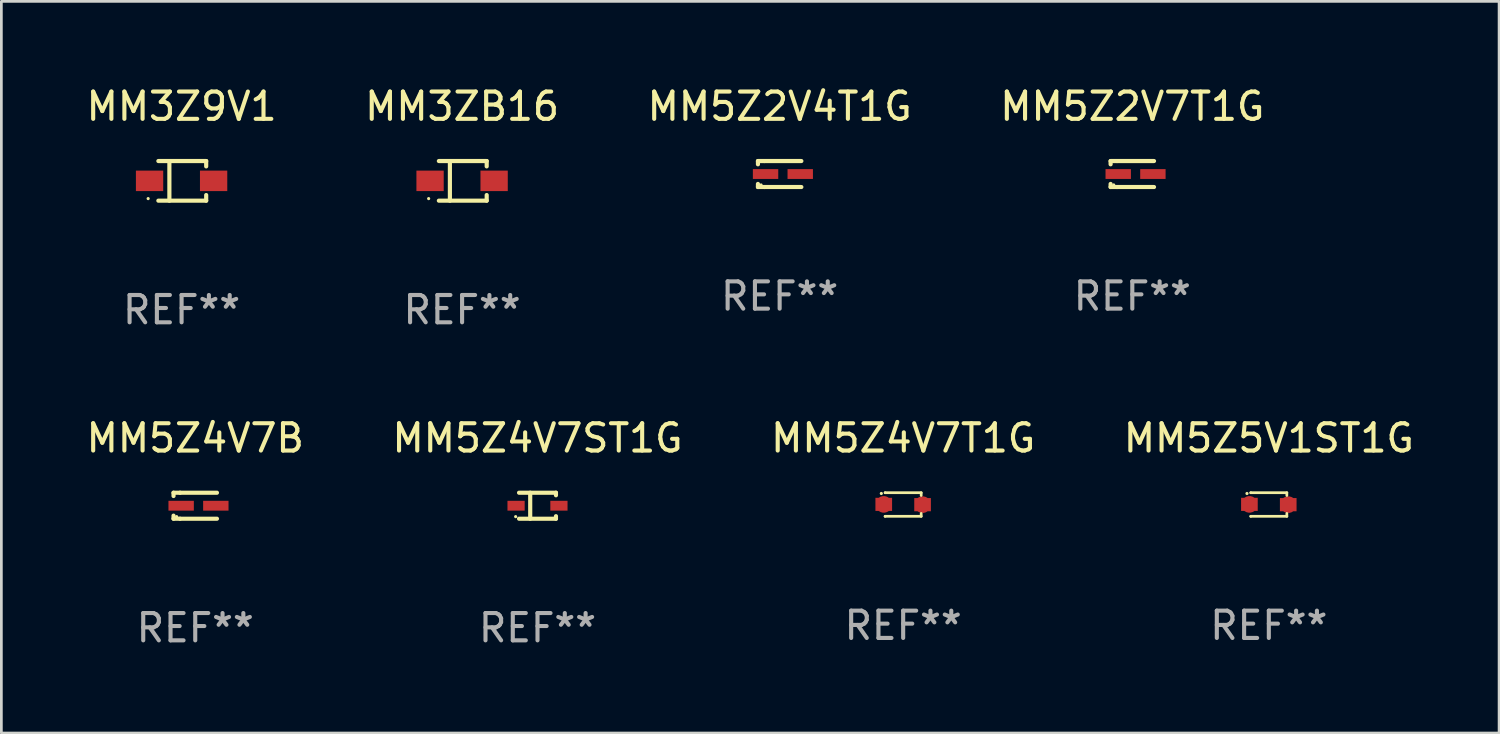
<source format=kicad_pcb>
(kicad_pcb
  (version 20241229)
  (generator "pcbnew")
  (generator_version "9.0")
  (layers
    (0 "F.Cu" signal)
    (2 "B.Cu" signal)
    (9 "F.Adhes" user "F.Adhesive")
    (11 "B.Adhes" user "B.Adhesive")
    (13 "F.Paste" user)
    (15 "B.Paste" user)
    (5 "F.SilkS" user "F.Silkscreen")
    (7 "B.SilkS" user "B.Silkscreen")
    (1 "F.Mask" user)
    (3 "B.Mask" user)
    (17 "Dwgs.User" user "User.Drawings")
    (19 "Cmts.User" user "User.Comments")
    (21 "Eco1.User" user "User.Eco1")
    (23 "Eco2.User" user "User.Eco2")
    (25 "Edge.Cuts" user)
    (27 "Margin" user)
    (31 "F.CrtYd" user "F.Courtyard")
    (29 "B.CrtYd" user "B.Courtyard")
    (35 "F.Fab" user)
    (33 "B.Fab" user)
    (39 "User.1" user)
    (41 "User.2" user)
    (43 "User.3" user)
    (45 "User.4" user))
  (footprint "MM5Z2V4T1G"
    (layer "F.Cu")
    (at 25.506 3.324)
    (property "Reference" "MM5Z2V4T1G" (at 0 -2.476 0) (layer "F.SilkS") (effects (font (size 1 1) (thickness 0.15))))
    (attr through_hole)
    (fp_line (start -0.795 -0.476) (end -0.795 -0.356) (stroke (width 0.152) (type solid)) (layer "F.SilkS"))
    (fp_line (start -0.795 0.363) (end -0.795 0.476) (stroke (width 0.152) (type solid)) (layer "F.SilkS"))
    (fp_line (start -0.795 0.476) (end -0.557 0.476) (stroke (width 0.152) (type solid)) (layer "F.SilkS"))
    (fp_line (start -0.557 -0.476) (end -0.795 -0.476) (stroke (width 0.152) (type solid)) (layer "F.SilkS"))
    (fp_line (start -0.557 -0.476) (end 0.795 -0.476) (stroke (width 0.152) (type solid)) (layer "F.SilkS"))
    (fp_line (start -0.557 0.476) (end 0.795 0.476) (stroke (width 0.152) (type solid)) (layer "F.SilkS"))
    (fp_circle (center -0.681 0.4) (end -0.651 0.4) (stroke (width 0.06) (type solid)) (fill no) (layer "F.SilkS"))
    (fp_text user "REF**" (at 0 4.476 0) (layer "F.Fab") (effects (font (size 1 1) (thickness 0.15))))
    (pad "1" smd rect (at -0.516 0 180) (size 0.93 0.36) (layers "F.Cu" "F.Mask" "F.Paste"))
    (pad "2" smd rect (at 0.754 0 180) (size 0.93 0.36) (layers "F.Cu" "F.Mask" "F.Paste")))
  (footprint "MM5Z2V7T1G"
    (layer "F.Cu")
    (at 38.423 3.324)
    (property "Reference" "MM5Z2V7T1G" (at 0 -2.476 0) (layer "F.SilkS") (effects (font (size 1 1) (thickness 0.15))))
    (attr through_hole)
    (fp_line (start -0.795 -0.476) (end -0.795 -0.356) (stroke (width 0.152) (type solid)) (layer "F.SilkS"))
    (fp_line (start -0.795 0.363) (end -0.795 0.476) (stroke (width 0.152) (type solid)) (layer "F.SilkS"))
    (fp_line (start -0.795 0.476) (end -0.557 0.476) (stroke (width 0.152) (type solid)) (layer "F.SilkS"))
    (fp_line (start -0.557 -0.476) (end -0.795 -0.476) (stroke (width 0.152) (type solid)) (layer "F.SilkS"))
    (fp_line (start -0.557 -0.476) (end 0.795 -0.476) (stroke (width 0.152) (type solid)) (layer "F.SilkS"))
    (fp_line (start -0.557 0.476) (end 0.795 0.476) (stroke (width 0.152) (type solid)) (layer "F.SilkS"))
    (fp_circle (center -0.681 0.4) (end -0.651 0.4) (stroke (width 0.06) (type solid)) (fill no) (layer "F.SilkS"))
    (fp_text user "REF**" (at 0 4.476 0) (layer "F.Fab") (effects (font (size 1 1) (thickness 0.15))))
    (pad "1" smd rect (at -0.516 0 180) (size 0.93 0.36) (layers "F.Cu" "F.Mask" "F.Paste"))
    (pad "2" smd rect (at 0.754 0 180) (size 0.93 0.36) (layers "F.Cu" "F.Mask" "F.Paste")))
  (footprint "MM5Z4V7B"
    (layer "F.Cu")
    (at 4.101 15.473)
    (property "Reference" "MM5Z4V7B" (at 0 -2.476 0) (layer "F.SilkS") (effects (font (size 1 1) (thickness 0.15))))
    (attr through_hole)
    (fp_line (start -0.795 -0.476) (end -0.795 -0.356) (stroke (width 0.152) (type solid)) (layer "F.SilkS"))
    (fp_line (start -0.795 0.363) (end -0.795 0.476) (stroke (width 0.152) (type solid)) (layer "F.SilkS"))
    (fp_line (start -0.795 0.476) (end -0.557 0.476) (stroke (width 0.152) (type solid)) (layer "F.SilkS"))
    (fp_line (start -0.557 -0.476) (end -0.795 -0.476) (stroke (width 0.152) (type solid)) (layer "F.SilkS"))
    (fp_line (start -0.557 -0.476) (end 0.795 -0.476) (stroke (width 0.152) (type solid)) (layer "F.SilkS"))
    (fp_line (start -0.557 0.476) (end 0.795 0.476) (stroke (width 0.152) (type solid)) (layer "F.SilkS"))
    (fp_circle (center -0.681 0.4) (end -0.651 0.4) (stroke (width 0.06) (type solid)) (fill no) (layer "F.SilkS"))
    (fp_text user "REF**" (at 0 4.476 0) (layer "F.Fab") (effects (font (size 1 1) (thickness 0.15))))
    (pad "1" smd rect (at -0.516 0 180) (size 0.93 0.36) (layers "F.Cu" "F.Mask" "F.Paste"))
    (pad "2" smd rect (at 0.754 0 180) (size 0.93 0.36) (layers "F.Cu" "F.Mask" "F.Paste")))
  (footprint "MM3ZB16"
    (layer "F.Cu")
    (at 13.875 3.574)
    (property "Reference" "MM3ZB16" (at 0 -2.726 0) (layer "F.SilkS") (effects (font (size 1 1) (thickness 0.15))))
    (attr through_hole)
    (fp_line (start -0.851 -0.726) (end 0.901 -0.726) (stroke (width 0.152) (type solid)) (layer "F.SilkS"))
    (fp_line (start -0.851 0.726) (end 0.901 0.726) (stroke (width 0.152) (type solid)) (layer "F.SilkS"))
    (fp_line (start -0.447 -0.726) (end -0.447 0.726) (stroke (width 0.152) (type solid)) (layer "F.SilkS"))
    (fp_line (start 0.901 -0.726) (end 0.901 -0.53) (stroke (width 0.152) (type solid)) (layer "F.SilkS"))
    (fp_line (start 0.901 0.726) (end 0.901 0.52) (stroke (width 0.152) (type solid)) (layer "F.SilkS"))
    (fp_circle (center -1.225 0.65) (end -1.195 0.65) (stroke (width 0.06) (type solid)) (fill no) (layer "F.SilkS"))
    (fp_text user "REF**" (at 0 4.726 0) (layer "F.Fab") (effects (font (size 1 1) (thickness 0.15))))
    (pad "1" smd rect (at -1.173 0) (size 1 0.75) (layers "F.Cu" "F.Mask" "F.Paste"))
    (pad "2" smd rect (at 1.173 0) (size 1 0.75) (layers "F.Cu" "F.Mask" "F.Paste")))
  (footprint "MM3Z9V1"
    (layer "F.Cu")
    (at 3.601 3.574)
    (property "Reference" "MM3Z9V1" (at 0 -2.726 0) (layer "F.SilkS") (effects (font (size 1 1) (thickness 0.15))))
    (attr through_hole)
    (fp_line (start -0.851 -0.726) (end 0.901 -0.726) (stroke (width 0.152) (type solid)) (layer "F.SilkS"))
    (fp_line (start -0.851 0.726) (end 0.901 0.726) (stroke (width 0.152) (type solid)) (layer "F.SilkS"))
    (fp_line (start -0.447 -0.726) (end -0.447 0.726) (stroke (width 0.152) (type solid)) (layer "F.SilkS"))
    (fp_line (start 0.901 -0.726) (end 0.901 -0.53) (stroke (width 0.152) (type solid)) (layer "F.SilkS"))
    (fp_line (start 0.901 0.726) (end 0.901 0.52) (stroke (width 0.152) (type solid)) (layer "F.SilkS"))
    (fp_circle (center -1.225 0.65) (end -1.195 0.65) (stroke (width 0.06) (type solid)) (fill no) (layer "F.SilkS"))
    (fp_text user "REF**" (at 0 4.726 0) (layer "F.Fab") (effects (font (size 1 1) (thickness 0.15))))
    (pad "1" smd rect (at -1.173 0) (size 1 0.75) (layers "F.Cu" "F.Mask" "F.Paste"))
    (pad "2" smd rect (at 1.173 0) (size 1 0.75) (layers "F.Cu" "F.Mask" "F.Paste")))
  (footprint "MM5Z5V1ST1G"
    (layer "F.Cu")
    (at 43.423 15.429)
    (property "Reference" "MM5Z5V1ST1G" (at 0 -2.432 0) (layer "F.SilkS") (effects (font (size 1 1) (thickness 0.15))))
    (attr through_hole)
    (fp_line (start -0.661 0.432) (end -0.661 0.432) (stroke (width 0.1) (type solid)) (layer "F.SilkS"))
    (fp_line (start -0.661 -0.432) (end -0.661 -0.432) (stroke (width 0.1) (type solid)) (layer "F.SilkS"))
    (fp_line (start -0.661 -0.432) (end 0.66 -0.432) (stroke (width 0.1) (type solid)) (layer "F.SilkS"))
    (fp_line (start 0.66 0.326) (end 0.66 0.432) (stroke (width 0.1) (type solid)) (layer "F.SilkS"))
    (fp_line (start 0.66 0.432) (end -0.661 0.432) (stroke (width 0.1) (type solid)) (layer "F.SilkS"))
    (fp_line (start 0.66 -0.432) (end 0.66 -0.33) (stroke (width 0.1) (type solid)) (layer "F.SilkS"))
    (fp_circle (center -0.8 -0.404) (end -0.77 -0.404) (stroke (width 0.06) (type solid)) (fill no) (layer "F.SilkS"))
    (fp_text user "REF**" (at 0 4.432 0) (layer "F.Fab") (effects (font (size 1 1) (thickness 0.15))))
    (pad "1" smd custom (at -0.711 -0.005) (size 0.61 0.483) (layers "F.Cu" "F.Mask" "F.Paste") (options (anchor circle)) (primitives (gr_poly (pts (xy -0.305 -0.241) (xy 0.305 -0.241) (xy 0.305 0.241) (xy -0.305 0.241)) (width 0) (fill yes))))
    (pad "2" smd custom (at 0.711 0.005) (size 0.61 0.483) (layers "F.Cu" "F.Mask" "F.Paste") (options (anchor circle)) (primitives (gr_poly (pts (xy -0.305 -0.241) (xy 0.305 -0.241) (xy 0.305 0.241) (xy -0.305 0.241)) (width 0) (fill yes)))))
  (footprint "MM5Z4V7T1G"
    (layer "F.Cu")
    (at 30.03 15.429)
    (property "Reference" "MM5Z4V7T1G" (at 0 -2.432 0) (layer "F.SilkS") (effects (font (size 1 1) (thickness 0.15))))
    (attr through_hole)
    (fp_line (start -0.661 0.432) (end -0.661 0.432) (stroke (width 0.1) (type solid)) (layer "F.SilkS"))
    (fp_line (start -0.661 -0.432) (end -0.661 -0.432) (stroke (width 0.1) (type solid)) (layer "F.SilkS"))
    (fp_line (start -0.661 -0.432) (end 0.66 -0.432) (stroke (width 0.1) (type solid)) (layer "F.SilkS"))
    (fp_line (start 0.66 0.326) (end 0.66 0.432) (stroke (width 0.1) (type solid)) (layer "F.SilkS"))
    (fp_line (start 0.66 0.432) (end -0.661 0.432) (stroke (width 0.1) (type solid)) (layer "F.SilkS"))
    (fp_line (start 0.66 -0.432) (end 0.66 -0.33) (stroke (width 0.1) (type solid)) (layer "F.SilkS"))
    (fp_circle (center -0.8 -0.404) (end -0.77 -0.404) (stroke (width 0.06) (type solid)) (fill no) (layer "F.SilkS"))
    (fp_text user "REF**" (at 0 4.432 0) (layer "F.Fab") (effects (font (size 1 1) (thickness 0.15))))
    (pad "1" smd custom (at -0.711 -0.005) (size 0.61 0.483) (layers "F.Cu" "F.Mask" "F.Paste") (options (anchor circle)) (primitives (gr_poly (pts (xy -0.305 -0.241) (xy 0.305 -0.241) (xy 0.305 0.241) (xy -0.305 0.241)) (width 0) (fill yes))))
    (pad "2" smd custom (at 0.711 0.005) (size 0.61 0.483) (layers "F.Cu" "F.Mask" "F.Paste") (options (anchor circle)) (primitives (gr_poly (pts (xy -0.305 -0.241) (xy 0.305 -0.241) (xy 0.305 0.241) (xy -0.305 0.241)) (width 0) (fill yes)))))
  (footprint "MM5Z4V7ST1G"
    (layer "F.Cu")
    (at 16.637 15.473)
    (property "Reference" "MM5Z4V7ST1G" (at 0 -2.476 0) (layer "F.SilkS") (effects (font (size 1 1) (thickness 0.15))))
    (attr through_hole)
    (fp_line (start -0.676 -0.476) (end 0.676 -0.476) (stroke (width 0.152) (type solid)) (layer "F.SilkS"))
    (fp_line (start -0.676 0.476) (end 0.676 0.476) (stroke (width 0.152) (type solid)) (layer "F.SilkS"))
    (fp_line (start -0.267 -0.476) (end -0.267 0.476) (stroke (width 0.152) (type solid)) (layer "F.SilkS"))
    (fp_line (start 0.676 -0.476) (end 0.676 -0.383) (stroke (width 0.152) (type solid)) (layer "F.SilkS"))
    (fp_line (start 0.676 0.476) (end 0.676 0.383) (stroke (width 0.152) (type solid)) (layer "F.SilkS"))
    (fp_circle (center -0.8 0.4) (end -0.77 0.4) (stroke (width 0.06) (type solid)) (fill no) (layer "F.SilkS"))
    (fp_text user "REF**" (at 0 4.476 0) (layer "F.Fab") (effects (font (size 1 1) (thickness 0.15))))
    (pad "1" smd rect (at -0.785 0) (size 0.63 0.36) (layers "F.Cu" "F.Mask" "F.Paste"))
    (pad "2" smd rect (at 0.785 0) (size 0.63 0.36) (layers "F.Cu" "F.Mask" "F.Paste")))
  (gr_rect
    (start -3 -3)
    (end 51.857 23.798)
    (stroke (width 0.1) (type default))
    (fill no)
    (layer "Edge.Cuts")))
</source>
